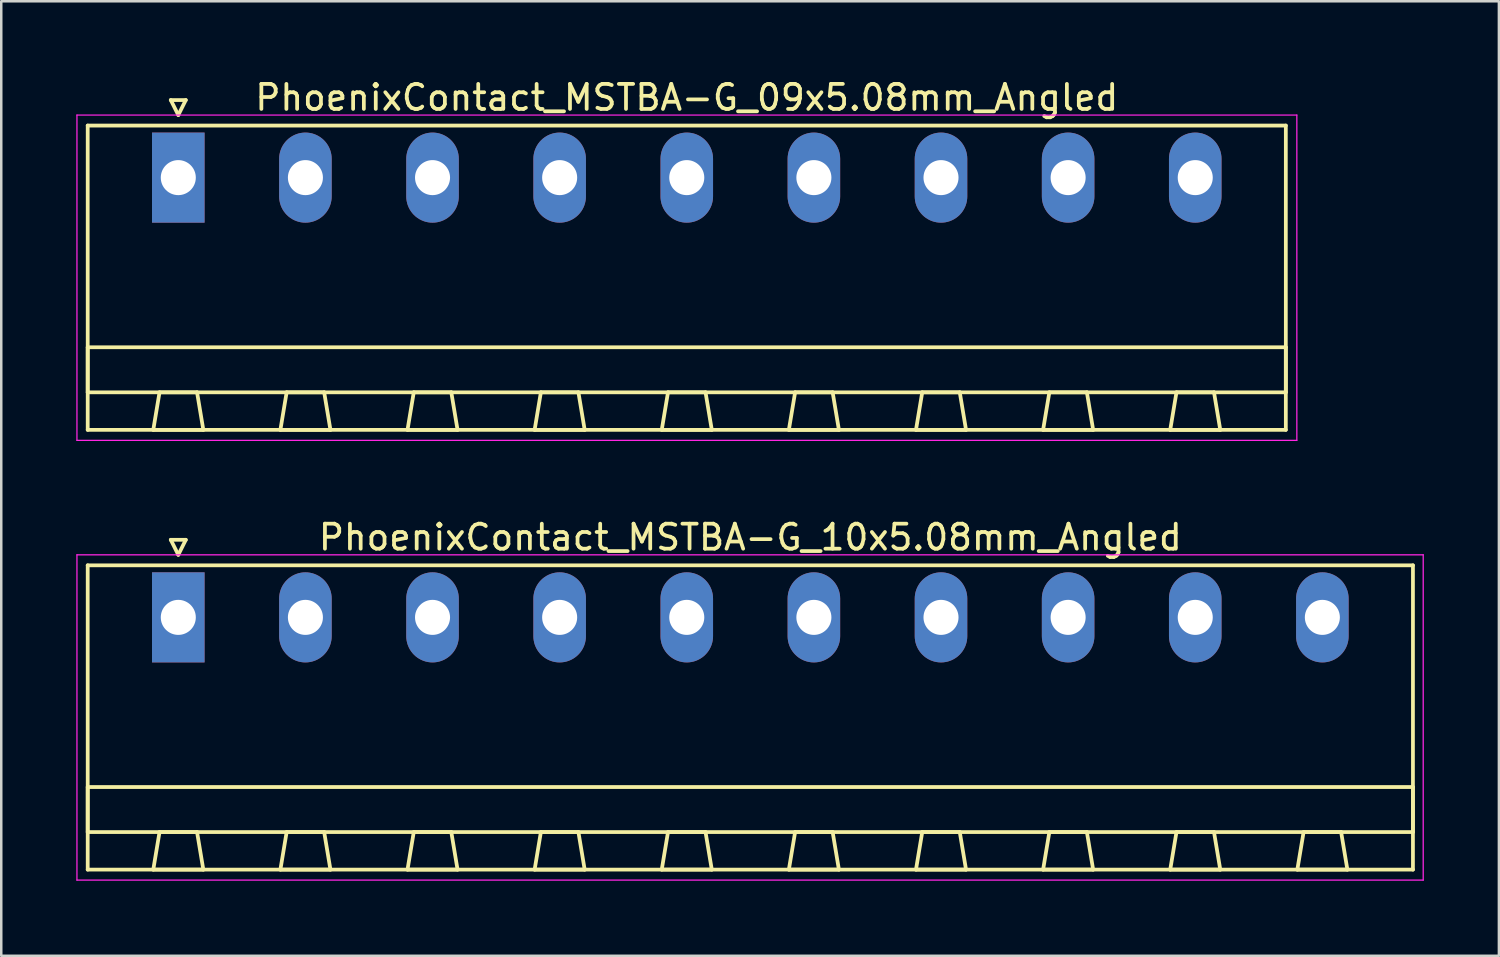
<source format=kicad_pcb>
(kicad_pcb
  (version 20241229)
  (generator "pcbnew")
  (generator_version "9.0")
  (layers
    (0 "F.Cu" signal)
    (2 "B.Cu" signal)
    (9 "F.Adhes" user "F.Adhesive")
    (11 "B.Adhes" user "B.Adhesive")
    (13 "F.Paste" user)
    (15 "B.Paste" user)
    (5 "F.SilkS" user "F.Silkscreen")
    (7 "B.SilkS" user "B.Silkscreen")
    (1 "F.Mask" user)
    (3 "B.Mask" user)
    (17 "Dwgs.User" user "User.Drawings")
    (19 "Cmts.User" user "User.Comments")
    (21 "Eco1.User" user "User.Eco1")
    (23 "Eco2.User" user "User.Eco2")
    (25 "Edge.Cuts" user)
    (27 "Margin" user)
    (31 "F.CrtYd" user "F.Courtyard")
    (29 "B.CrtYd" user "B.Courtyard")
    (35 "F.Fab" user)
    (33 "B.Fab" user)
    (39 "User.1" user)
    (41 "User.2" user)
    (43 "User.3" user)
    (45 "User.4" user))
  (footprint "PhoenixContact_MSTBA-G_10x5.08mm_Angled"
    (layer "F.Cu")
    (at 4.075 21.622)
    (property "Reference" "PhoenixContact_MSTBA-G_10x5.08mm_Angled" (at 22.86 -3.2 0) (layer "F.SilkS") (effects (font (size 1 1) (thickness 0.15))))
    (attr through_hole)
    (fp_line (start -3.62 -2.08) (end -3.62 10.08) (stroke (width 0.15) (type solid)) (layer "F.SilkS"))
    (fp_line (start -3.62 6.78) (end 49.34 6.78) (stroke (width 0.15) (type solid)) (layer "F.SilkS"))
    (fp_line (start -3.62 8.58) (end -3.62 6.78) (stroke (width 0.15) (type solid)) (layer "F.SilkS"))
    (fp_line (start -3.62 10.08) (end 49.34 10.08) (stroke (width 0.15) (type solid)) (layer "F.SilkS"))
    (fp_line (start -1 10.08) (end 1 10.08) (stroke (width 0.15) (type solid)) (layer "F.SilkS"))
    (fp_line (start -0.75 8.58) (end -1 10.08) (stroke (width 0.15) (type solid)) (layer "F.SilkS"))
    (fp_line (start -0.3 -3.1) (end 0 -2.5) (stroke (width 0.15) (type solid)) (layer "F.SilkS"))
    (fp_line (start 0 -2.5) (end 0.3 -3.1) (stroke (width 0.15) (type solid)) (layer "F.SilkS"))
    (fp_line (start 0.3 -3.1) (end -0.3 -3.1) (stroke (width 0.15) (type solid)) (layer "F.SilkS"))
    (fp_line (start 0.75 8.58) (end -0.75 8.58) (stroke (width 0.15) (type solid)) (layer "F.SilkS"))
    (fp_line (start 1 10.08) (end 0.75 8.58) (stroke (width 0.15) (type solid)) (layer "F.SilkS"))
    (fp_line (start 4.08 10.08) (end 6.08 10.08) (stroke (width 0.15) (type solid)) (layer "F.SilkS"))
    (fp_line (start 4.33 8.58) (end 4.08 10.08) (stroke (width 0.15) (type solid)) (layer "F.SilkS"))
    (fp_line (start 5.83 8.58) (end 4.33 8.58) (stroke (width 0.15) (type solid)) (layer "F.SilkS"))
    (fp_line (start 6.08 10.08) (end 5.83 8.58) (stroke (width 0.15) (type solid)) (layer "F.SilkS"))
    (fp_line (start 9.16 10.08) (end 11.16 10.08) (stroke (width 0.15) (type solid)) (layer "F.SilkS"))
    (fp_line (start 9.41 8.58) (end 9.16 10.08) (stroke (width 0.15) (type solid)) (layer "F.SilkS"))
    (fp_line (start 10.91 8.58) (end 9.41 8.58) (stroke (width 0.15) (type solid)) (layer "F.SilkS"))
    (fp_line (start 11.16 10.08) (end 10.91 8.58) (stroke (width 0.15) (type solid)) (layer "F.SilkS"))
    (fp_line (start 14.24 10.08) (end 16.24 10.08) (stroke (width 0.15) (type solid)) (layer "F.SilkS"))
    (fp_line (start 14.49 8.58) (end 14.24 10.08) (stroke (width 0.15) (type solid)) (layer "F.SilkS"))
    (fp_line (start 15.99 8.58) (end 14.49 8.58) (stroke (width 0.15) (type solid)) (layer "F.SilkS"))
    (fp_line (start 16.24 10.08) (end 15.99 8.58) (stroke (width 0.15) (type solid)) (layer "F.SilkS"))
    (fp_line (start 19.32 10.08) (end 21.32 10.08) (stroke (width 0.15) (type solid)) (layer "F.SilkS"))
    (fp_line (start 19.57 8.58) (end 19.32 10.08) (stroke (width 0.15) (type solid)) (layer "F.SilkS"))
    (fp_line (start 21.07 8.58) (end 19.57 8.58) (stroke (width 0.15) (type solid)) (layer "F.SilkS"))
    (fp_line (start 21.32 10.08) (end 21.07 8.58) (stroke (width 0.15) (type solid)) (layer "F.SilkS"))
    (fp_line (start 24.4 10.08) (end 26.4 10.08) (stroke (width 0.15) (type solid)) (layer "F.SilkS"))
    (fp_line (start 24.65 8.58) (end 24.4 10.08) (stroke (width 0.15) (type solid)) (layer "F.SilkS"))
    (fp_line (start 26.15 8.58) (end 24.65 8.58) (stroke (width 0.15) (type solid)) (layer "F.SilkS"))
    (fp_line (start 26.4 10.08) (end 26.15 8.58) (stroke (width 0.15) (type solid)) (layer "F.SilkS"))
    (fp_line (start 29.48 10.08) (end 31.48 10.08) (stroke (width 0.15) (type solid)) (layer "F.SilkS"))
    (fp_line (start 29.73 8.58) (end 29.48 10.08) (stroke (width 0.15) (type solid)) (layer "F.SilkS"))
    (fp_line (start 31.23 8.58) (end 29.73 8.58) (stroke (width 0.15) (type solid)) (layer "F.SilkS"))
    (fp_line (start 31.48 10.08) (end 31.23 8.58) (stroke (width 0.15) (type solid)) (layer "F.SilkS"))
    (fp_line (start 34.56 10.08) (end 36.56 10.08) (stroke (width 0.15) (type solid)) (layer "F.SilkS"))
    (fp_line (start 34.81 8.58) (end 34.56 10.08) (stroke (width 0.15) (type solid)) (layer "F.SilkS"))
    (fp_line (start 36.31 8.58) (end 34.81 8.58) (stroke (width 0.15) (type solid)) (layer "F.SilkS"))
    (fp_line (start 36.56 10.08) (end 36.31 8.58) (stroke (width 0.15) (type solid)) (layer "F.SilkS"))
    (fp_line (start 39.64 10.08) (end 41.64 10.08) (stroke (width 0.15) (type solid)) (layer "F.SilkS"))
    (fp_line (start 39.89 8.58) (end 39.64 10.08) (stroke (width 0.15) (type solid)) (layer "F.SilkS"))
    (fp_line (start 41.39 8.58) (end 39.89 8.58) (stroke (width 0.15) (type solid)) (layer "F.SilkS"))
    (fp_line (start 41.64 10.08) (end 41.39 8.58) (stroke (width 0.15) (type solid)) (layer "F.SilkS"))
    (fp_line (start 44.72 10.08) (end 46.72 10.08) (stroke (width 0.15) (type solid)) (layer "F.SilkS"))
    (fp_line (start 44.97 8.58) (end 44.72 10.08) (stroke (width 0.15) (type solid)) (layer "F.SilkS"))
    (fp_line (start 46.47 8.58) (end 44.97 8.58) (stroke (width 0.15) (type solid)) (layer "F.SilkS"))
    (fp_line (start 46.72 10.08) (end 46.47 8.58) (stroke (width 0.15) (type solid)) (layer "F.SilkS"))
    (fp_line (start 49.34 -2.08) (end -3.62 -2.08) (stroke (width 0.15) (type solid)) (layer "F.SilkS"))
    (fp_line (start 49.34 6.78) (end 49.34 8.58) (stroke (width 0.15) (type solid)) (layer "F.SilkS"))
    (fp_line (start 49.34 8.58) (end -3.62 8.58) (stroke (width 0.15) (type solid)) (layer "F.SilkS"))
    (fp_line (start 49.34 10.08) (end 49.34 -2.08) (stroke (width 0.15) (type solid)) (layer "F.SilkS"))
    (fp_line (start -4.05 -2.5) (end -4.05 10.5) (stroke (width 0.05) (type solid)) (layer "F.CrtYd"))
    (fp_line (start -4.05 10.5) (end 49.75 10.5) (stroke (width 0.05) (type solid)) (layer "F.CrtYd"))
    (fp_line (start 49.75 -2.5) (end -4.05 -2.5) (stroke (width 0.05) (type solid)) (layer "F.CrtYd"))
    (fp_line (start 49.75 10.5) (end 49.75 -2.5) (stroke (width 0.05) (type solid)) (layer "F.CrtYd"))
    (pad "1" thru_hole rect (at 0 0) (size 2.1 3.6) (drill 1.4) (layers "*.Cu" "*.Mask"))
    (pad "2" thru_hole oval (at 5.08 0) (size 2.1 3.6) (drill 1.4) (layers "*.Cu" "*.Mask"))
    (pad "3" thru_hole oval (at 10.16 0) (size 2.1 3.6) (drill 1.4) (layers "*.Cu" "*.Mask"))
    (pad "4" thru_hole oval (at 15.24 0) (size 2.1 3.6) (drill 1.4) (layers "*.Cu" "*.Mask"))
    (pad "5" thru_hole oval (at 20.32 0) (size 2.1 3.6) (drill 1.4) (layers "*.Cu" "*.Mask"))
    (pad "6" thru_hole oval (at 25.4 0) (size 2.1 3.6) (drill 1.4) (layers "*.Cu" "*.Mask"))
    (pad "7" thru_hole oval (at 30.48 0) (size 2.1 3.6) (drill 1.4) (layers "*.Cu" "*.Mask"))
    (pad "8" thru_hole oval (at 35.56 0) (size 2.1 3.6) (drill 1.4) (layers "*.Cu" "*.Mask"))
    (pad "9" thru_hole oval (at 40.64 0) (size 2.1 3.6) (drill 1.4) (layers "*.Cu" "*.Mask"))
    (pad "10" thru_hole oval (at 45.72 0) (size 2.1 3.6) (drill 1.4) (layers "*.Cu" "*.Mask")))
  (footprint "PhoenixContact_MSTBA-G_09x5.08mm_Angled"
    (layer "F.Cu")
    (at 4.075 4.048)
    (property "Reference" "PhoenixContact_MSTBA-G_09x5.08mm_Angled" (at 20.32 -3.2 0) (layer "F.SilkS") (effects (font (size 1 1) (thickness 0.15))))
    (attr through_hole)
    (fp_line (start -3.62 -2.08) (end -3.62 10.08) (stroke (width 0.15) (type solid)) (layer "F.SilkS"))
    (fp_line (start -3.62 6.78) (end 44.26 6.78) (stroke (width 0.15) (type solid)) (layer "F.SilkS"))
    (fp_line (start -3.62 8.58) (end -3.62 6.78) (stroke (width 0.15) (type solid)) (layer "F.SilkS"))
    (fp_line (start -3.62 10.08) (end 44.26 10.08) (stroke (width 0.15) (type solid)) (layer "F.SilkS"))
    (fp_line (start -1 10.08) (end 1 10.08) (stroke (width 0.15) (type solid)) (layer "F.SilkS"))
    (fp_line (start -0.75 8.58) (end -1 10.08) (stroke (width 0.15) (type solid)) (layer "F.SilkS"))
    (fp_line (start -0.3 -3.1) (end 0 -2.5) (stroke (width 0.15) (type solid)) (layer "F.SilkS"))
    (fp_line (start 0 -2.5) (end 0.3 -3.1) (stroke (width 0.15) (type solid)) (layer "F.SilkS"))
    (fp_line (start 0.3 -3.1) (end -0.3 -3.1) (stroke (width 0.15) (type solid)) (layer "F.SilkS"))
    (fp_line (start 0.75 8.58) (end -0.75 8.58) (stroke (width 0.15) (type solid)) (layer "F.SilkS"))
    (fp_line (start 1 10.08) (end 0.75 8.58) (stroke (width 0.15) (type solid)) (layer "F.SilkS"))
    (fp_line (start 4.08 10.08) (end 6.08 10.08) (stroke (width 0.15) (type solid)) (layer "F.SilkS"))
    (fp_line (start 4.33 8.58) (end 4.08 10.08) (stroke (width 0.15) (type solid)) (layer "F.SilkS"))
    (fp_line (start 5.83 8.58) (end 4.33 8.58) (stroke (width 0.15) (type solid)) (layer "F.SilkS"))
    (fp_line (start 6.08 10.08) (end 5.83 8.58) (stroke (width 0.15) (type solid)) (layer "F.SilkS"))
    (fp_line (start 9.16 10.08) (end 11.16 10.08) (stroke (width 0.15) (type solid)) (layer "F.SilkS"))
    (fp_line (start 9.41 8.58) (end 9.16 10.08) (stroke (width 0.15) (type solid)) (layer "F.SilkS"))
    (fp_line (start 10.91 8.58) (end 9.41 8.58) (stroke (width 0.15) (type solid)) (layer "F.SilkS"))
    (fp_line (start 11.16 10.08) (end 10.91 8.58) (stroke (width 0.15) (type solid)) (layer "F.SilkS"))
    (fp_line (start 14.24 10.08) (end 16.24 10.08) (stroke (width 0.15) (type solid)) (layer "F.SilkS"))
    (fp_line (start 14.49 8.58) (end 14.24 10.08) (stroke (width 0.15) (type solid)) (layer "F.SilkS"))
    (fp_line (start 15.99 8.58) (end 14.49 8.58) (stroke (width 0.15) (type solid)) (layer "F.SilkS"))
    (fp_line (start 16.24 10.08) (end 15.99 8.58) (stroke (width 0.15) (type solid)) (layer "F.SilkS"))
    (fp_line (start 19.32 10.08) (end 21.32 10.08) (stroke (width 0.15) (type solid)) (layer "F.SilkS"))
    (fp_line (start 19.57 8.58) (end 19.32 10.08) (stroke (width 0.15) (type solid)) (layer "F.SilkS"))
    (fp_line (start 21.07 8.58) (end 19.57 8.58) (stroke (width 0.15) (type solid)) (layer "F.SilkS"))
    (fp_line (start 21.32 10.08) (end 21.07 8.58) (stroke (width 0.15) (type solid)) (layer "F.SilkS"))
    (fp_line (start 24.4 10.08) (end 26.4 10.08) (stroke (width 0.15) (type solid)) (layer "F.SilkS"))
    (fp_line (start 24.65 8.58) (end 24.4 10.08) (stroke (width 0.15) (type solid)) (layer "F.SilkS"))
    (fp_line (start 26.15 8.58) (end 24.65 8.58) (stroke (width 0.15) (type solid)) (layer "F.SilkS"))
    (fp_line (start 26.4 10.08) (end 26.15 8.58) (stroke (width 0.15) (type solid)) (layer "F.SilkS"))
    (fp_line (start 29.48 10.08) (end 31.48 10.08) (stroke (width 0.15) (type solid)) (layer "F.SilkS"))
    (fp_line (start 29.73 8.58) (end 29.48 10.08) (stroke (width 0.15) (type solid)) (layer "F.SilkS"))
    (fp_line (start 31.23 8.58) (end 29.73 8.58) (stroke (width 0.15) (type solid)) (layer "F.SilkS"))
    (fp_line (start 31.48 10.08) (end 31.23 8.58) (stroke (width 0.15) (type solid)) (layer "F.SilkS"))
    (fp_line (start 34.56 10.08) (end 36.56 10.08) (stroke (width 0.15) (type solid)) (layer "F.SilkS"))
    (fp_line (start 34.81 8.58) (end 34.56 10.08) (stroke (width 0.15) (type solid)) (layer "F.SilkS"))
    (fp_line (start 36.31 8.58) (end 34.81 8.58) (stroke (width 0.15) (type solid)) (layer "F.SilkS"))
    (fp_line (start 36.56 10.08) (end 36.31 8.58) (stroke (width 0.15) (type solid)) (layer "F.SilkS"))
    (fp_line (start 39.64 10.08) (end 41.64 10.08) (stroke (width 0.15) (type solid)) (layer "F.SilkS"))
    (fp_line (start 39.89 8.58) (end 39.64 10.08) (stroke (width 0.15) (type solid)) (layer "F.SilkS"))
    (fp_line (start 41.39 8.58) (end 39.89 8.58) (stroke (width 0.15) (type solid)) (layer "F.SilkS"))
    (fp_line (start 41.64 10.08) (end 41.39 8.58) (stroke (width 0.15) (type solid)) (layer "F.SilkS"))
    (fp_line (start 44.26 -2.08) (end -3.62 -2.08) (stroke (width 0.15) (type solid)) (layer "F.SilkS"))
    (fp_line (start 44.26 6.78) (end 44.26 8.58) (stroke (width 0.15) (type solid)) (layer "F.SilkS"))
    (fp_line (start 44.26 8.58) (end -3.62 8.58) (stroke (width 0.15) (type solid)) (layer "F.SilkS"))
    (fp_line (start 44.26 10.08) (end 44.26 -2.08) (stroke (width 0.15) (type solid)) (layer "F.SilkS"))
    (fp_line (start -4.05 -2.5) (end -4.05 10.5) (stroke (width 0.05) (type solid)) (layer "F.CrtYd"))
    (fp_line (start -4.05 10.5) (end 44.7 10.5) (stroke (width 0.05) (type solid)) (layer "F.CrtYd"))
    (fp_line (start 44.7 -2.5) (end -4.05 -2.5) (stroke (width 0.05) (type solid)) (layer "F.CrtYd"))
    (fp_line (start 44.7 10.5) (end 44.7 -2.5) (stroke (width 0.05) (type solid)) (layer "F.CrtYd"))
    (pad "1" thru_hole rect (at 0 0) (size 2.1 3.6) (drill 1.4) (layers "*.Cu" "*.Mask"))
    (pad "2" thru_hole oval (at 5.08 0) (size 2.1 3.6) (drill 1.4) (layers "*.Cu" "*.Mask"))
    (pad "3" thru_hole oval (at 10.16 0) (size 2.1 3.6) (drill 1.4) (layers "*.Cu" "*.Mask"))
    (pad "4" thru_hole oval (at 15.24 0) (size 2.1 3.6) (drill 1.4) (layers "*.Cu" "*.Mask"))
    (pad "5" thru_hole oval (at 20.32 0) (size 2.1 3.6) (drill 1.4) (layers "*.Cu" "*.Mask"))
    (pad "6" thru_hole oval (at 25.4 0) (size 2.1 3.6) (drill 1.4) (layers "*.Cu" "*.Mask"))
    (pad "7" thru_hole oval (at 30.48 0) (size 2.1 3.6) (drill 1.4) (layers "*.Cu" "*.Mask"))
    (pad "8" thru_hole oval (at 35.56 0) (size 2.1 3.6) (drill 1.4) (layers "*.Cu" "*.Mask"))
    (pad "9" thru_hole oval (at 40.64 0) (size 2.1 3.6) (drill 1.4) (layers "*.Cu" "*.Mask")))
  (gr_rect
    (start -3 -3)
    (end 56.85 35.147)
    (stroke (width 0.1) (type default))
    (fill no)
    (layer "Edge.Cuts")))
</source>
